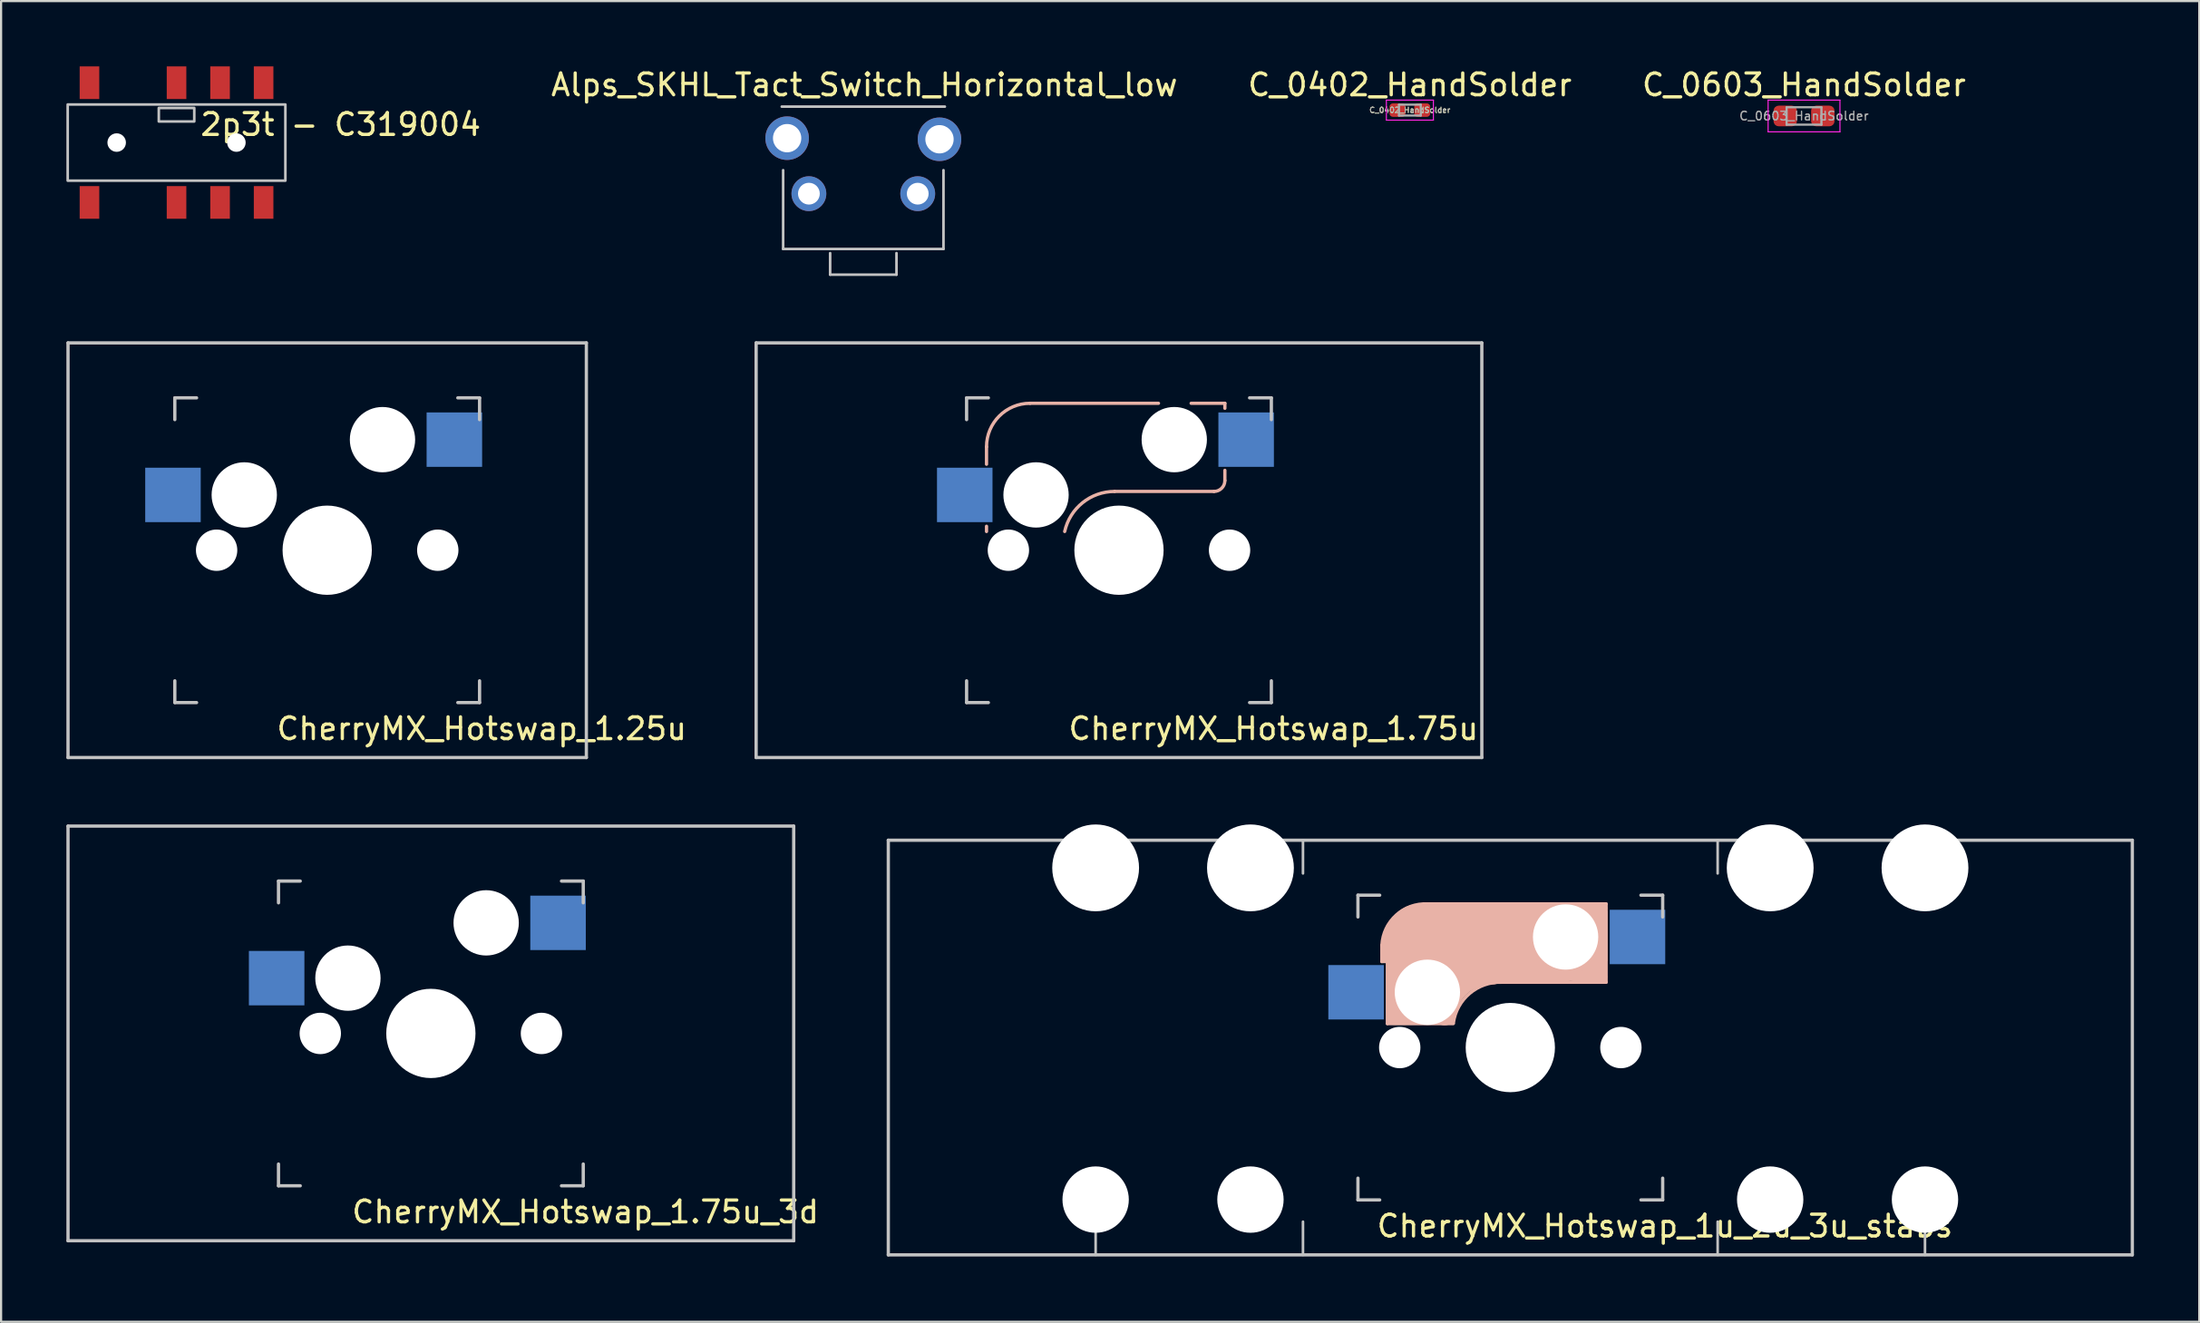
<source format=kicad_pcb>
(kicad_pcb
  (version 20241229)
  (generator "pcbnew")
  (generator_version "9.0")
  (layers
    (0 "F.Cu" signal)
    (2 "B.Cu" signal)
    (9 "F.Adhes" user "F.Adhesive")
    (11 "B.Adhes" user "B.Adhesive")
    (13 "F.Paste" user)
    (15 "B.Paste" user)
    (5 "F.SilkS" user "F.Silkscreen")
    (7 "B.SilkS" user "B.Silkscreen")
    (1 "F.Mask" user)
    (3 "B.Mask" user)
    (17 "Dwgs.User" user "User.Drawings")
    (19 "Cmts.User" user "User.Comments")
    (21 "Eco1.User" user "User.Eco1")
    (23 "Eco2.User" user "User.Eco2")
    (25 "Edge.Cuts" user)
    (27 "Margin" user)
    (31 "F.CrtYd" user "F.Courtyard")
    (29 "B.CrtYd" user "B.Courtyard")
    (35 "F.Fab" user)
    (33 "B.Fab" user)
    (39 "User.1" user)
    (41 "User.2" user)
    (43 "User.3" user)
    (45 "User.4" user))
  (footprint "CherryMX_Hotswap_1u_2u_3u_stabs"
    (layer "F.Cu")
    (at 66.333 45.077)
    (property "Reference" "CherryMX_Hotswap_1u_2u_3u_stabs" (at 7.1 8.2 0) (layer "F.SilkS") (effects (font (size 1 1) (thickness 0.15))))
    (fp_line (start -5.9 -4.7) (end -5.9 -3.95) (stroke (width 0.15) (type solid)) (layer "B.SilkS"))
    (fp_line (start -5.9 -3.95) (end -5.7 -3.95) (stroke (width 0.15) (type solid)) (layer "B.SilkS"))
    (fp_line (start -5.8 -4.05) (end -5.8 -4.7) (stroke (width 0.3) (type solid)) (layer "B.SilkS"))
    (fp_line (start -5.65 -5.55) (end -5.65 -1.1) (stroke (width 0.15) (type solid)) (layer "B.SilkS"))
    (fp_line (start -5.65 -1.1) (end -2.62 -1.1) (stroke (width 0.15) (type solid)) (layer "B.SilkS"))
    (fp_line (start -5.45 -1.3) (end -3 -1.3) (stroke (width 0.5) (type solid)) (layer "B.SilkS"))
    (fp_line (start -5.3 -1.6) (end -5.3 -3.4) (stroke (width 0.8) (type solid)) (layer "B.SilkS"))
    (fp_line (start -4.17 -5.1) (end -4.17 -2.86) (stroke (width 3) (type solid)) (layer "B.SilkS"))
    (fp_line (start -0.4 -3) (end 4.4 -3) (stroke (width 0.15) (type solid)) (layer "B.SilkS"))
    (fp_line (start 2.6 -4.8) (end -4.1 -4.8) (stroke (width 3.5) (type solid)) (layer "B.SilkS"))
    (fp_line (start 3.9 -6) (end 3.9 -3.5) (stroke (width 1) (type solid)) (layer "B.SilkS"))
    (fp_line (start 4.2 -3.25) (end 2.9 -3.3) (stroke (width 0.5) (type solid)) (layer "B.SilkS"))
    (fp_line (start 4.25 -6.4) (end 3 -6.4) (stroke (width 0.4) (type solid)) (layer "B.SilkS"))
    (fp_line (start 4.38 -4) (end 4.38 -6.25) (stroke (width 0.15) (type solid)) (layer "B.SilkS"))
    (fp_line (start 4.4 -6.6) (end -3.8 -6.6) (stroke (width 0.15) (type solid)) (layer "B.SilkS"))
    (fp_line (start 4.4 -3) (end 4.4 -6.6) (stroke (width 0.15) (type solid)) (layer "B.SilkS"))
    (fp_arc (start -5.9 -4.699999) (mid -5.243504 -6.084924) (end -3.800001 -6.6) (stroke (width 0.15) (type solid)) (layer "B.SilkS"))
    (fp_arc (start -3.016318 -1.521471) (mid -2.268709 -2.886118) (end -0.8 -3.4) (stroke (width 1) (type solid)) (layer "B.SilkS"))
    (fp_arc (start -2.616318 -1.121471) (mid -1.868709 -2.486118) (end -0.4 -3) (stroke (width 0.15) (type solid)) (layer "B.SilkS"))
    (fp_line (start -28.575 -9.525) (end 28.575 -9.525) (stroke (width 0.15) (type solid)) (layer "Dwgs.User"))
    (fp_line (start -28.575 9.525) (end -28.575 -9.525) (stroke (width 0.15) (type solid)) (layer "Dwgs.User"))
    (fp_line (start -19.05 -8) (end -19.05 -9.525) (stroke (width 0.12) (type solid)) (layer "Dwgs.User"))
    (fp_line (start -19.05 9.525) (end -19.05 8) (stroke (width 0.12) (type solid)) (layer "Dwgs.User"))
    (fp_line (start -9.525 -8) (end -9.525 -9.525) (stroke (width 0.12) (type solid)) (layer "Dwgs.User"))
    (fp_line (start -9.525 9.525) (end -9.525 8) (stroke (width 0.12) (type solid)) (layer "Dwgs.User"))
    (fp_line (start -7 -7) (end -6 -7) (stroke (width 0.15) (type solid)) (layer "Dwgs.User"))
    (fp_line (start -7 -6) (end -7 -7) (stroke (width 0.15) (type solid)) (layer "Dwgs.User"))
    (fp_line (start -7 6) (end -7 7) (stroke (width 0.15) (type solid)) (layer "Dwgs.User"))
    (fp_line (start -7 7) (end -6 7) (stroke (width 0.15) (type solid)) (layer "Dwgs.User"))
    (fp_line (start 6 7) (end 7 7) (stroke (width 0.15) (type solid)) (layer "Dwgs.User"))
    (fp_line (start 7 -7) (end 6 -7) (stroke (width 0.15) (type solid)) (layer "Dwgs.User"))
    (fp_line (start 7 -7) (end 7 -6) (stroke (width 0.15) (type solid)) (layer "Dwgs.User"))
    (fp_line (start 7 7) (end 7 6) (stroke (width 0.15) (type solid)) (layer "Dwgs.User"))
    (fp_line (start 9.525 -8) (end 9.525 -9.525) (stroke (width 0.12) (type solid)) (layer "Dwgs.User"))
    (fp_line (start 9.525 9.525) (end 9.525 8) (stroke (width 0.12) (type solid)) (layer "Dwgs.User"))
    (fp_line (start 19.05 -9.525) (end 19.05 -8) (stroke (width 0.12) (type solid)) (layer "Dwgs.User"))
    (fp_line (start 19.05 9.525) (end 19.05 8) (stroke (width 0.12) (type solid)) (layer "Dwgs.User"))
    (fp_line (start 28.575 -9.525) (end 28.575 9.525) (stroke (width 0.15) (type solid)) (layer "Dwgs.User"))
    (fp_line (start 28.575 9.525) (end -28.575 9.525) (stroke (width 0.15) (type solid)) (layer "Dwgs.User"))
    (pad "" np_thru_hole circle (at -19.05 -8.255) (size 3.988 3.988) (drill 3.988) (layers "*.Cu" "*.Mask"))
    (pad "" np_thru_hole circle (at -19.05 6.985) (size 3.048 3.048) (drill 3.048) (layers "*.Cu" "*.Mask"))
    (pad "" np_thru_hole circle (at -11.938 -8.255) (size 3.988 3.988) (drill 3.988) (layers "*.Cu" "*.Mask"))
    (pad "" np_thru_hole circle (at -11.938 6.985) (size 3.048 3.048) (drill 3.048) (layers "*.Cu" "*.Mask"))
    (pad "" np_thru_hole circle (at -5.08 0) (size 1.9 1.9) (drill 1.9) (layers "*.Cu" "*.Mask"))
    (pad "" np_thru_hole circle (at -3.81 -2.54) (size 3 3) (drill 3) (layers "*.Cu" "*.Mask"))
    (pad "" np_thru_hole circle (at 0 0 90) (size 4.1 4.1) (drill 4.1) (layers "*.Cu" "*.Mask"))
    (pad "" np_thru_hole circle (at 2.54 -5.08) (size 3 3) (drill 3) (layers "*.Cu" "*.Mask"))
    (pad "" np_thru_hole circle (at 5.08 0) (size 1.9 1.9) (drill 1.9) (layers "*.Cu" "*.Mask"))
    (pad "" np_thru_hole circle (at 11.938 -8.255) (size 3.988 3.988) (drill 3.988) (layers "*.Cu" "*.Mask"))
    (pad "" np_thru_hole circle (at 11.938 6.985) (size 3.048 3.048) (drill 3.048) (layers "*.Cu" "*.Mask"))
    (pad "" np_thru_hole circle (at 19.05 -8.255) (size 3.988 3.988) (drill 3.988) (layers "*.Cu" "*.Mask"))
    (pad "" np_thru_hole circle (at 19.05 6.985) (size 3.048 3.048) (drill 3.048) (layers "*.Cu" "*.Mask"))
    (pad "1" smd rect (at -7.085 -2.54 180) (size 2.55 2.5) (layers "B.Cu" "B.Mask" "B.Paste"))
    (pad "2" smd rect (at 5.842 -5.08 180) (size 2.55 2.5) (layers "B.Cu" "B.Mask" "B.Paste")))
  (footprint "CherryMX_Hotswap_1.75u_3d"
    (layer "F.Cu")
    (at 16.744 44.428)
    (property "Reference" "CherryMX_Hotswap_1.75u_3d" (at 7.1 8.2 0) (layer "F.SilkS") (effects (font (size 1 1) (thickness 0.15))))
    (fp_line (start -16.669 -9.525) (end 16.669 -9.525) (stroke (width 0.15) (type solid)) (layer "Dwgs.User"))
    (fp_line (start -16.669 9.525) (end -16.669 -9.525) (stroke (width 0.15) (type solid)) (layer "Dwgs.User"))
    (fp_line (start -7 -7) (end -6 -7) (stroke (width 0.15) (type solid)) (layer "Dwgs.User"))
    (fp_line (start -7 -6) (end -7 -7) (stroke (width 0.15) (type solid)) (layer "Dwgs.User"))
    (fp_line (start -7 6) (end -7 7) (stroke (width 0.15) (type solid)) (layer "Dwgs.User"))
    (fp_line (start -7 7) (end -6 7) (stroke (width 0.15) (type solid)) (layer "Dwgs.User"))
    (fp_line (start 6 7) (end 7 7) (stroke (width 0.15) (type solid)) (layer "Dwgs.User"))
    (fp_line (start 7 -7) (end 6 -7) (stroke (width 0.15) (type solid)) (layer "Dwgs.User"))
    (fp_line (start 7 -7) (end 7 -6) (stroke (width 0.15) (type solid)) (layer "Dwgs.User"))
    (fp_line (start 7 7) (end 7 6) (stroke (width 0.15) (type solid)) (layer "Dwgs.User"))
    (fp_line (start 16.669 -9.525) (end 16.669 9.525) (stroke (width 0.15) (type solid)) (layer "Dwgs.User"))
    (fp_line (start 16.669 9.525) (end -16.669 9.525) (stroke (width 0.15) (type solid)) (layer "Dwgs.User"))
    (pad "" np_thru_hole circle (at -5.08 0) (size 1.9 1.9) (drill 1.9) (layers "*.Cu" "*.Mask"))
    (pad "" np_thru_hole circle (at -3.81 -2.54) (size 3 3) (drill 3) (layers "*.Cu" "*.Mask"))
    (pad "" np_thru_hole circle (at 0 0 90) (size 4.1 4.1) (drill 4.1) (layers "*.Cu" "*.Mask"))
    (pad "" np_thru_hole circle (at 2.54 -5.08) (size 3 3) (drill 3) (layers "*.Cu" "*.Mask"))
    (pad "" np_thru_hole circle (at 5.08 0) (size 1.9 1.9) (drill 1.9) (layers "*.Cu" "*.Mask"))
    (pad "1" smd rect (at -7.085 -2.54 180) (size 2.55 2.5) (layers "B.Cu" "B.Mask" "B.Paste"))
    (pad "2" smd rect (at 5.842 -5.08 180) (size 2.55 2.5) (layers "B.Cu" "B.Mask" "B.Paste")))
  (footprint "CherryMX_Hotswap_1.25u"
    (layer "F.Cu")
    (at 11.981 22.228)
    (property "Reference" "CherryMX_Hotswap_1.25u" (at 7.1 8.2 0) (layer "F.SilkS") (effects (font (size 1 1) (thickness 0.15))))
    (fp_line (start -11.906 -9.525) (end 11.906 -9.525) (stroke (width 0.15) (type solid)) (layer "Dwgs.User"))
    (fp_line (start -11.906 9.525) (end -11.906 -9.525) (stroke (width 0.15) (type solid)) (layer "Dwgs.User"))
    (fp_line (start -7 -7) (end -6 -7) (stroke (width 0.15) (type solid)) (layer "Dwgs.User"))
    (fp_line (start -7 -6) (end -7 -7) (stroke (width 0.15) (type solid)) (layer "Dwgs.User"))
    (fp_line (start -7 6) (end -7 7) (stroke (width 0.15) (type solid)) (layer "Dwgs.User"))
    (fp_line (start -7 7) (end -6 7) (stroke (width 0.15) (type solid)) (layer "Dwgs.User"))
    (fp_line (start 6 7) (end 7 7) (stroke (width 0.15) (type solid)) (layer "Dwgs.User"))
    (fp_line (start 7 -7) (end 6 -7) (stroke (width 0.15) (type solid)) (layer "Dwgs.User"))
    (fp_line (start 7 -7) (end 7 -6) (stroke (width 0.15) (type solid)) (layer "Dwgs.User"))
    (fp_line (start 7 7) (end 7 6) (stroke (width 0.15) (type solid)) (layer "Dwgs.User"))
    (fp_line (start 11.906 -9.525) (end 11.906 9.525) (stroke (width 0.15) (type solid)) (layer "Dwgs.User"))
    (fp_line (start 11.906 9.525) (end -11.906 9.525) (stroke (width 0.15) (type solid)) (layer "Dwgs.User"))
    (pad "" np_thru_hole circle (at -5.08 0) (size 1.9 1.9) (drill 1.9) (layers "*.Cu" "*.Mask"))
    (pad "" np_thru_hole circle (at -3.81 -2.54) (size 3 3) (drill 3) (layers "*.Cu" "*.Mask"))
    (pad "" np_thru_hole circle (at 0 0 90) (size 4.1 4.1) (drill 4.1) (layers "*.Cu" "*.Mask"))
    (pad "" np_thru_hole circle (at 2.54 -5.08) (size 3 3) (drill 3) (layers "*.Cu" "*.Mask"))
    (pad "" np_thru_hole circle (at 5.08 0) (size 1.9 1.9) (drill 1.9) (layers "*.Cu" "*.Mask"))
    (pad "1" smd rect (at -7.085 -2.54 180) (size 2.55 2.5) (layers "B.Cu" "B.Mask" "B.Paste"))
    (pad "2" smd rect (at 5.842 -5.08 180) (size 2.55 2.5) (layers "B.Cu" "B.Mask" "B.Paste")))
  (footprint "C_0603_HandSolder"
    (layer "F.Cu")
    (at 79.826 2.278)
    (property "Reference" "C_0603_HandSolder" (at 0 -1.43 0) (layer "F.SilkS") (effects (font (size 1 1) (thickness 0.15))))
    (attr smd)
    (fp_line (start -1.65 -0.73) (end 1.65 -0.73) (stroke (width 0.05) (type solid)) (layer "F.CrtYd"))
    (fp_line (start -1.65 0.73) (end -1.65 -0.73) (stroke (width 0.05) (type solid)) (layer "F.CrtYd"))
    (fp_line (start 1.65 -0.73) (end 1.65 0.73) (stroke (width 0.05) (type solid)) (layer "F.CrtYd"))
    (fp_line (start 1.65 0.73) (end -1.65 0.73) (stroke (width 0.05) (type solid)) (layer "F.CrtYd"))
    (fp_line (start -0.8 -0.4) (end 0.8 -0.4) (stroke (width 0.1) (type solid)) (layer "F.Fab"))
    (fp_line (start -0.8 0.4) (end -0.8 -0.4) (stroke (width 0.1) (type solid)) (layer "F.Fab"))
    (fp_line (start 0.8 -0.4) (end 0.8 0.4) (stroke (width 0.1) (type solid)) (layer "F.Fab"))
    (fp_line (start 0.8 0.4) (end -0.8 0.4) (stroke (width 0.1) (type solid)) (layer "F.Fab"))
    (fp_text user "${REFERENCE}" (at 0 0 0) (layer "F.Fab") (effects (font (size 0.4 0.4) (thickness 0.06))))
    (pad "1" smd roundrect (at -0.863 0) (size 1.075 0.95) (layers "F.Cu" "F.Mask" "F.Paste") (roundrect_rratio 0.25))
    (pad "2" smd roundrect (at 0.863 0) (size 1.075 0.95) (layers "F.Cu" "F.Mask" "F.Paste") (roundrect_rratio 0.25)))
  (footprint "C_0402_HandSolder"
    (layer "F.Cu")
    (at 61.719 2.008)
    (property "Reference" "C_0402_HandSolder" (at 0 -1.16 0) (layer "F.SilkS") (effects (font (size 1 1) (thickness 0.15))))
    (attr smd)
    (fp_line (start -1.08 -0.46) (end 1.08 -0.46) (stroke (width 0.05) (type solid)) (layer "F.CrtYd"))
    (fp_line (start -1.08 0.46) (end -1.08 -0.46) (stroke (width 0.05) (type solid)) (layer "F.CrtYd"))
    (fp_line (start 1.08 -0.46) (end 1.08 0.46) (stroke (width 0.05) (type solid)) (layer "F.CrtYd"))
    (fp_line (start 1.08 0.46) (end -1.08 0.46) (stroke (width 0.05) (type solid)) (layer "F.CrtYd"))
    (fp_line (start -0.5 -0.25) (end 0.5 -0.25) (stroke (width 0.1) (type solid)) (layer "F.Fab"))
    (fp_line (start -0.5 0.25) (end -0.5 -0.25) (stroke (width 0.1) (type solid)) (layer "F.Fab"))
    (fp_line (start 0.5 -0.25) (end 0.5 0.25) (stroke (width 0.1) (type solid)) (layer "F.Fab"))
    (fp_line (start 0.5 0.25) (end -0.5 0.25) (stroke (width 0.1) (type solid)) (layer "F.Fab"))
    (fp_text user "${REFERENCE}" (at 0 0 0) (layer "F.SilkS") (effects (font (size 0.25 0.25) (thickness 0.04))))
    (fp_text user "${REFERENCE}" (at 0 0 0) (layer "F.Fab") (effects (font (size 0.25 0.25) (thickness 0.04))))
    (pad "1" smd roundrect (at -0.568 0) (size 0.735 0.62) (layers "F.Cu" "F.Mask" "F.Paste") (roundrect_rratio 0.25))
    (pad "2" smd roundrect (at 0.568 0) (size 0.735 0.62) (layers "F.Cu" "F.Mask" "F.Paste") (roundrect_rratio 0.25)))
  (footprint "2p3t - C319004"
    (layer "F.Cu")
    (at 5.06 3.5)
    (property "Reference" "2p3t - C319004" (at 7.54 -0.83 0) (unlocked yes) (layer "F.SilkS") (effects (font (size 1 1) (thickness 0.15))))
    (attr smd)
    (fp_rect (start -5 -1.75) (end 5 1.75) (stroke (width 0.12) (type solid)) (fill no) (layer "Dwgs.User"))
    (fp_rect (start -0.815 -1.59) (end 0.815 -0.97) (stroke (width 0.12) (type solid)) (fill no) (layer "Dwgs.User"))
    (pad "" np_thru_hole circle (at -2.75 0) (size 0.85 0.85) (drill 0.85) (layers "*.Cu" "*.Mask"))
    (pad "" np_thru_hole circle (at 2.75 0) (size 0.85 0.85) (drill 0.85) (layers "*.Cu" "*.Mask"))
    (pad "1" smd rect (at -4 -2.75) (size 0.9 1.5) (layers "F.Cu" "F.Mask" "F.Paste"))
    (pad "2" smd rect (at 2 -2.75) (size 0.9 1.5) (layers "F.Cu" "F.Mask" "F.Paste"))
    (pad "3" smd rect (at 0 -2.75) (size 0.9 1.5) (layers "F.Cu" "F.Mask" "F.Paste"))
    (pad "4" smd rect (at 4 -2.75) (size 0.9 1.5) (layers "F.Cu" "F.Mask" "F.Paste"))
    (pad "5" smd rect (at -4 2.75) (size 0.9 1.5) (layers "F.Cu" "F.Mask" "F.Paste"))
    (pad "6" smd rect (at 2 2.75) (size 0.9 1.5) (layers "F.Cu" "F.Mask" "F.Paste"))
    (pad "7" smd rect (at 0 2.75) (size 0.9 1.5) (layers "F.Cu" "F.Mask" "F.Paste"))
    (pad "8" smd rect (at 4 2.75) (size 0.9 1.5) (layers "F.Cu" "F.Mask" "F.Paste")))
  (footprint "Alps_SKHL_Tact_Switch_Horizontal_low"
    (layer "F.Cu")
    (at 36.61 5.848)
    (property "Reference" "Alps_SKHL_Tact_Switch_Horizontal_low" (at 0.05 -5 0) (layer "F.SilkS") (effects (font (size 1 1) (thickness 0.15))))
    (attr through_hole)
    (fp_line (start -3.747 -4) (end 3.747 -4) (stroke (width 0.12) (type solid)) (layer "Dwgs.User"))
    (fp_line (start -3.683 2.54) (end -3.683 -1.079) (stroke (width 0.12) (type solid)) (layer "Dwgs.User"))
    (fp_line (start -1.524 2.731) (end -1.524 3.72) (stroke (width 0.12) (type solid)) (layer "Dwgs.User"))
    (fp_line (start -1.524 3.72) (end 1.524 3.72) (stroke (width 0.12) (type solid)) (layer "Dwgs.User"))
    (fp_line (start 1.524 3.72) (end 1.524 2.731) (stroke (width 0.12) (type solid)) (layer "Dwgs.User"))
    (fp_line (start 3.683 -1.079) (end 3.683 2.54) (stroke (width 0.12) (type solid)) (layer "Dwgs.User"))
    (fp_line (start 3.683 2.54) (end -3.683 2.54) (stroke (width 0.12) (type solid)) (layer "Dwgs.User"))
    (pad "1" thru_hole circle (at 2.5 0) (size 1.6 1.6) (drill 1) (layers "*.Cu" "*.Mask"))
    (pad "2" thru_hole circle (at -2.5 0) (size 1.6 1.6) (drill 1) (layers "*.Cu" "*.Mask"))
    (pad "3" thru_hole circle (at 3.5 -2.5) (size 2 2) (drill 1.3) (layers "*.Cu" "*.Mask"))
    (pad "4" thru_hole circle (at -3.5 -2.55) (size 2 2) (drill 1.3) (layers "*.Cu" "*.Mask")))
  (footprint "CherryMX_Hotswap_1.75u"
    (layer "F.Cu")
    (at 48.355 22.228)
    (property "Reference" "CherryMX_Hotswap_1.75u" (at 7.1 8.2 0) (layer "F.SilkS") (effects (font (size 1 1) (thickness 0.15))))
    (fp_line (start -6.085 -3.95) (end -6.085 -4.75) (stroke (width 0.15) (type solid)) (layer "B.SilkS"))
    (fp_line (start -6.085 -1.1) (end -6.085 -0.86) (stroke (width 0.15) (type solid)) (layer "B.SilkS"))
    (fp_line (start -4.085 -6.75) (end 1.815 -6.75) (stroke (width 0.15) (type solid)) (layer "B.SilkS"))
    (fp_line (start 3.315 -6.75) (end 4.865 -6.75) (stroke (width 0.15) (type solid)) (layer "B.SilkS"))
    (fp_line (start 4.365 -2.7) (end -0.2 -2.7) (stroke (width 0.15) (type solid)) (layer "B.SilkS"))
    (fp_line (start 4.865 -6.75) (end 4.865 -6.52) (stroke (width 0.15) (type solid)) (layer "B.SilkS"))
    (fp_line (start 4.865 -3.67) (end 4.865 -3.2) (stroke (width 0.15) (type solid)) (layer "B.SilkS"))
    (fp_arc (start -6.085176 -4.75022) (mid -5.499392 -6.164436) (end -4.085176 -6.75022) (stroke (width 0.15) (type solid)) (layer "B.SilkS"))
    (fp_arc (start -2.494322 -0.86022) (mid -1.670693 -2.183637) (end -0.2 -2.70022) (stroke (width 0.15) (type solid)) (layer "B.SilkS"))
    (fp_arc (start 4.864824 -3.20022) (mid 4.718377 -2.846667) (end 4.364824 -2.70022) (stroke (width 0.15) (type solid)) (layer "B.SilkS"))
    (fp_line (start -16.669 -9.525) (end 16.669 -9.525) (stroke (width 0.15) (type solid)) (layer "Dwgs.User"))
    (fp_line (start -16.669 9.525) (end -16.669 -9.525) (stroke (width 0.15) (type solid)) (layer "Dwgs.User"))
    (fp_line (start -7 -7) (end -6 -7) (stroke (width 0.15) (type solid)) (layer "Dwgs.User"))
    (fp_line (start -7 -6) (end -7 -7) (stroke (width 0.15) (type solid)) (layer "Dwgs.User"))
    (fp_line (start -7 6) (end -7 7) (stroke (width 0.15) (type solid)) (layer "Dwgs.User"))
    (fp_line (start -7 7) (end -6 7) (stroke (width 0.15) (type solid)) (layer "Dwgs.User"))
    (fp_line (start 6 7) (end 7 7) (stroke (width 0.15) (type solid)) (layer "Dwgs.User"))
    (fp_line (start 7 -7) (end 6 -7) (stroke (width 0.15) (type solid)) (layer "Dwgs.User"))
    (fp_line (start 7 -7) (end 7 -6) (stroke (width 0.15) (type solid)) (layer "Dwgs.User"))
    (fp_line (start 7 7) (end 7 6) (stroke (width 0.15) (type solid)) (layer "Dwgs.User"))
    (fp_line (start 16.669 -9.525) (end 16.669 9.525) (stroke (width 0.15) (type solid)) (layer "Dwgs.User"))
    (fp_line (start 16.669 9.525) (end -16.669 9.525) (stroke (width 0.15) (type solid)) (layer "Dwgs.User"))
    (pad "" np_thru_hole circle (at -5.08 0) (size 1.9 1.9) (drill 1.9) (layers "*.Cu" "*.Mask"))
    (pad "" np_thru_hole circle (at -3.81 -2.54) (size 3 3) (drill 3) (layers "*.Cu" "*.Mask"))
    (pad "" np_thru_hole circle (at 0 0 90) (size 4.1 4.1) (drill 4.1) (layers "*.Cu" "*.Mask"))
    (pad "" np_thru_hole circle (at 2.54 -5.08) (size 3 3) (drill 3) (layers "*.Cu" "*.Mask"))
    (pad "" np_thru_hole circle (at 5.08 0) (size 1.9 1.9) (drill 1.9) (layers "*.Cu" "*.Mask"))
    (pad "1" smd rect (at -7.085 -2.54 180) (size 2.55 2.5) (layers "B.Cu" "B.Mask" "B.Paste"))
    (pad "2" smd rect (at 5.842 -5.08 180) (size 2.55 2.5) (layers "B.Cu" "B.Mask" "B.Paste")))
  (gr_rect
    (start -3 -3)
    (end 97.983 57.677)
    (stroke (width 0.1) (type default))
    (fill no)
    (layer "Edge.Cuts")))
</source>
